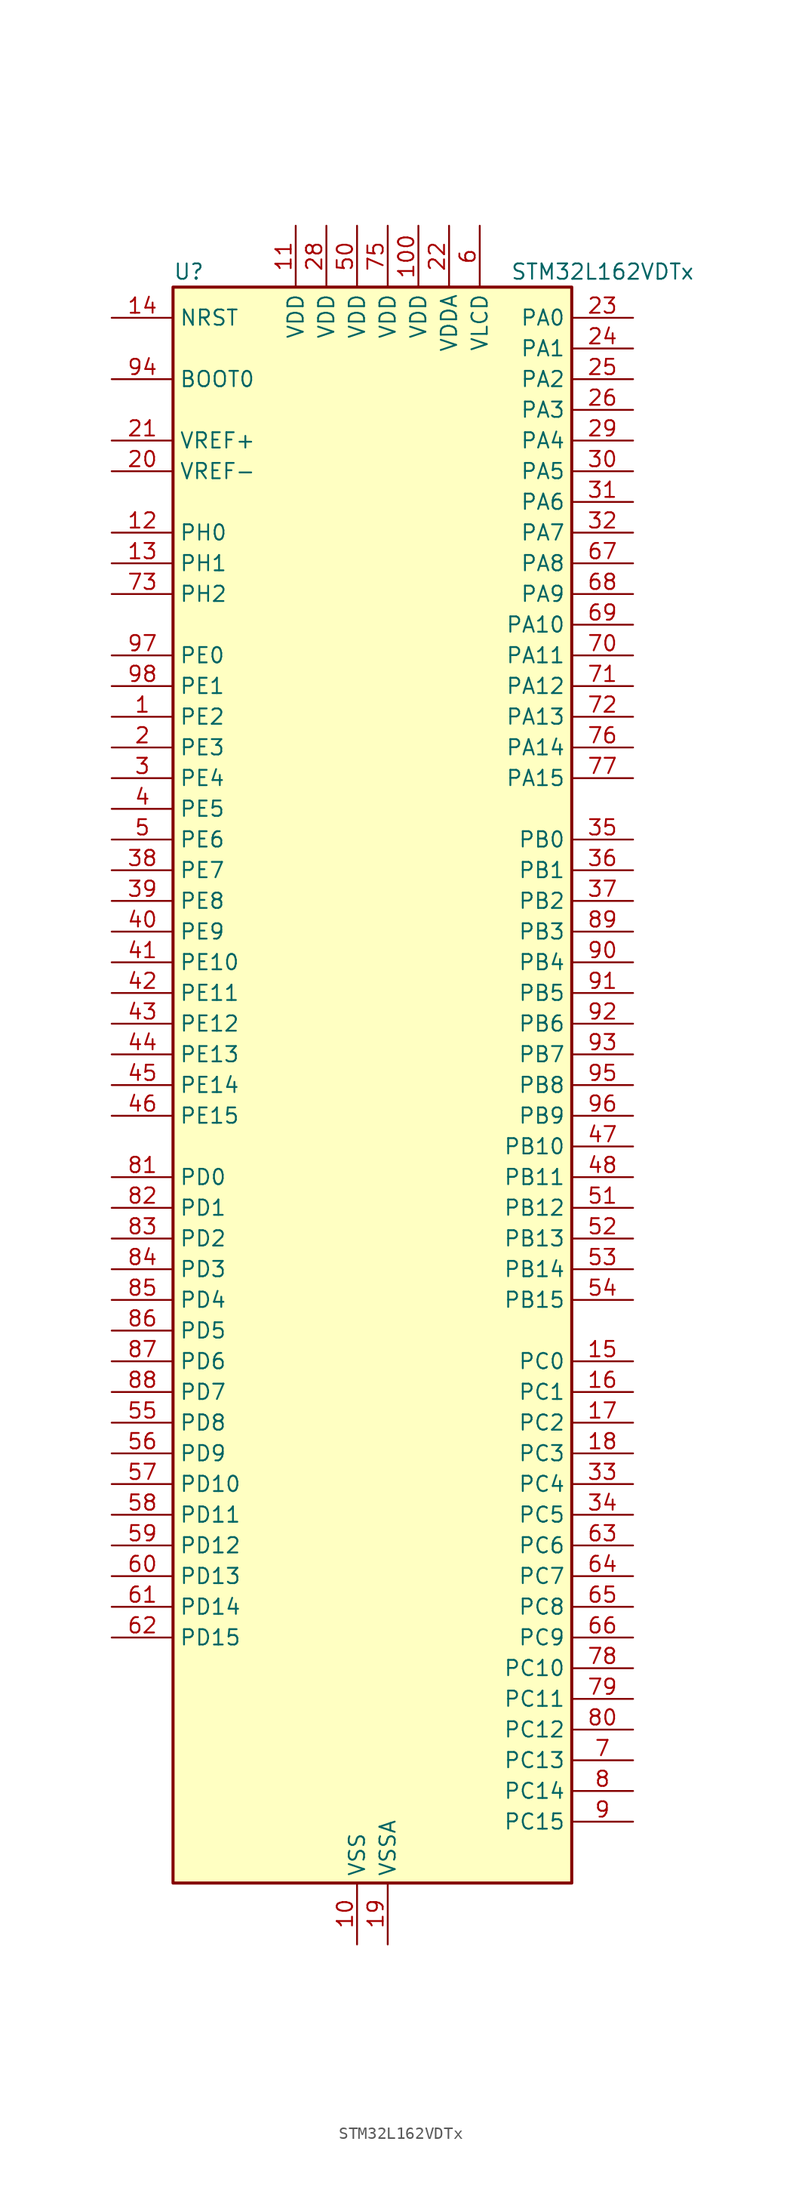
<source format=kicad_sym>
(kicad_symbol_lib
  (version 20220914)
  (generator kicad_symbol_editor)
  (symbol "STM32L162VDTx"
    (property "Reference" "U"
      (at -15.24 67.31 0)
      (effects (font (size 1.27 1.27)) (justify left)))
    (property "Value" "STM32L162VDTx"
      (at 12.7 67.31 0)
      (effects (font (size 1.27 1.27)) (justify left)))
    (property "ki_locked" ""
      (at 0 0 0)
      (effects (font (size 1.27 1.27))))
    (symbol "STM32L162VDTx_0_1"
      (rectangle (start -15.24 -66.04) (end 17.78 66.04) (stroke (width 0.254) (type default)) (fill (type background))))
    (symbol "STM32L162VDTx_1_1"
      (pin bidirectional line (at -20.32 30.48 0) (length 5.08) (name "PE2" (effects (font (size 1.27 1.27)))) (number "1" (effects (font (size 1.27 1.27)))) (alternate "FSMC_A23" bidirectional line) (alternate "LCD_SEG38" bidirectional line) (alternate "SYS_TRACECK" bidirectional line) (alternate "TIM3_ETR" bidirectional line) (alternate "TIMX_IC3" bidirectional line))
      (pin power_in line (at 0 -71.12 90) (length 5.08) (name "VSS" (effects (font (size 1.27 1.27)))) (number "10" (effects (font (size 1.27 1.27)))))
      (pin power_in line (at 5.08 71.12 270) (length 5.08) (name "VDD" (effects (font (size 1.27 1.27)))) (number "100" (effects (font (size 1.27 1.27)))))
      (pin power_in line (at -5.08 71.12 270) (length 5.08) (name "VDD" (effects (font (size 1.27 1.27)))) (number "11" (effects (font (size 1.27 1.27)))))
      (pin bidirectional line (at -20.32 45.72 0) (length 5.08) (name "PH0" (effects (font (size 1.27 1.27)))) (number "12" (effects (font (size 1.27 1.27)))) (alternate "RCC_OSC_IN" bidirectional line))
      (pin bidirectional line (at -20.32 43.18 0) (length 5.08) (name "PH1" (effects (font (size 1.27 1.27)))) (number "13" (effects (font (size 1.27 1.27)))) (alternate "RCC_OSC_OUT" bidirectional line))
      (pin input line (at -20.32 63.5 0) (length 5.08) (name "NRST" (effects (font (size 1.27 1.27)))) (number "14" (effects (font (size 1.27 1.27)))))
      (pin bidirectional line (at 22.86 -22.86 180) (length 5.08) (name "PC0" (effects (font (size 1.27 1.27)))) (number "15" (effects (font (size 1.27 1.27)))) (alternate "ADC_IN10" bidirectional line) (alternate "COMP1_INP" bidirectional line) (alternate "LCD_SEG18" bidirectional line) (alternate "TIMX_IC1" bidirectional line) (alternate "TS_G8_IO1" bidirectional line))
      (pin bidirectional line (at 22.86 -25.4 180) (length 5.08) (name "PC1" (effects (font (size 1.27 1.27)))) (number "16" (effects (font (size 1.27 1.27)))) (alternate "ADC_IN11" bidirectional line) (alternate "COMP1_INP" bidirectional line) (alternate "LCD_SEG19" bidirectional line) (alternate "OPAMP3_VINP" bidirectional line) (alternate "TIMX_IC2" bidirectional line) (alternate "TS_G8_IO2" bidirectional line))
      (pin bidirectional line (at 22.86 -27.94 180) (length 5.08) (name "PC2" (effects (font (size 1.27 1.27)))) (number "17" (effects (font (size 1.27 1.27)))) (alternate "ADC_IN12" bidirectional line) (alternate "COMP1_INP" bidirectional line) (alternate "LCD_SEG20" bidirectional line) (alternate "OPAMP3_VINM" bidirectional line) (alternate "TIMX_IC3" bidirectional line) (alternate "TS_G8_IO3" bidirectional line))
      (pin bidirectional line (at 22.86 -30.48 180) (length 5.08) (name "PC3" (effects (font (size 1.27 1.27)))) (number "18" (effects (font (size 1.27 1.27)))) (alternate "ADC_IN13" bidirectional line) (alternate "COMP1_INP" bidirectional line) (alternate "LCD_SEG21" bidirectional line) (alternate "OPAMP3_VOUT" bidirectional line) (alternate "TIMX_IC4" bidirectional line) (alternate "TS_G8_IO4" bidirectional line))
      (pin power_in line (at 2.54 -71.12 90) (length 5.08) (name "VSSA" (effects (font (size 1.27 1.27)))) (number "19" (effects (font (size 1.27 1.27)))))
      (pin bidirectional line (at -20.32 27.94 0) (length 5.08) (name "PE3" (effects (font (size 1.27 1.27)))) (number "2" (effects (font (size 1.27 1.27)))) (alternate "FSMC_A19" bidirectional line) (alternate "LCD_SEG39" bidirectional line) (alternate "SYS_TRACED0" bidirectional line) (alternate "TIM3_CH1" bidirectional line) (alternate "TIMX_IC4" bidirectional line))
      (pin input line (at -20.32 50.8 0) (length 5.08) (name "VREF-" (effects (font (size 1.27 1.27)))) (number "20" (effects (font (size 1.27 1.27)))))
      (pin input line (at -20.32 53.34 0) (length 5.08) (name "VREF+" (effects (font (size 1.27 1.27)))) (number "21" (effects (font (size 1.27 1.27)))))
      (pin power_in line (at 7.62 71.12 270) (length 5.08) (name "VDDA" (effects (font (size 1.27 1.27)))) (number "22" (effects (font (size 1.27 1.27)))))
      (pin bidirectional line (at 22.86 63.5 180) (length 5.08) (name "PA0" (effects (font (size 1.27 1.27)))) (number "23" (effects (font (size 1.27 1.27)))) (alternate "ADC_IN0" bidirectional line) (alternate "COMP1_INP" bidirectional line) (alternate "RTC_TAMP2" bidirectional line) (alternate "SYS_WKUP1" bidirectional line) (alternate "TIM2_CH1" bidirectional line) (alternate "TIM2_ETR" bidirectional line) (alternate "TIM5_CH1" bidirectional line) (alternate "TIMX_IC1" bidirectional line) (alternate "TS_G1_IO1" bidirectional line) (alternate "USART2_CTS" bidirectional line))
      (pin bidirectional line (at 22.86 60.96 180) (length 5.08) (name "PA1" (effects (font (size 1.27 1.27)))) (number "24" (effects (font (size 1.27 1.27)))) (alternate "ADC_IN1" bidirectional line) (alternate "COMP1_INP" bidirectional line) (alternate "LCD_SEG0" bidirectional line) (alternate "OPAMP1_VINP" bidirectional line) (alternate "TIM2_CH2" bidirectional line) (alternate "TIM5_CH2" bidirectional line) (alternate "TIMX_IC2" bidirectional line) (alternate "TS_G1_IO2" bidirectional line) (alternate "USART2_RTS" bidirectional line))
      (pin bidirectional line (at 22.86 58.42 180) (length 5.08) (name "PA2" (effects (font (size 1.27 1.27)))) (number "25" (effects (font (size 1.27 1.27)))) (alternate "ADC_IN2" bidirectional line) (alternate "COMP1_INP" bidirectional line) (alternate "LCD_SEG1" bidirectional line) (alternate "OPAMP1_VINM" bidirectional line) (alternate "TIM2_CH3" bidirectional line) (alternate "TIM5_CH3" bidirectional line) (alternate "TIM9_CH1" bidirectional line) (alternate "TIMX_IC3" bidirectional line) (alternate "TS_G1_IO3" bidirectional line) (alternate "USART2_TX" bidirectional line))
      (pin bidirectional line (at 22.86 55.88 180) (length 5.08) (name "PA3" (effects (font (size 1.27 1.27)))) (number "26" (effects (font (size 1.27 1.27)))) (alternate "ADC_IN3" bidirectional line) (alternate "COMP1_INP" bidirectional line) (alternate "LCD_SEG2" bidirectional line) (alternate "OPAMP1_VOUT" bidirectional line) (alternate "TIM2_CH4" bidirectional line) (alternate "TIM5_CH4" bidirectional line) (alternate "TIM9_CH2" bidirectional line) (alternate "TIMX_IC4" bidirectional line) (alternate "TS_G1_IO4" bidirectional line) (alternate "USART2_RX" bidirectional line))
      (pin passive line (at 0 -71.12 90) (length 5.08) hide (name "VSS" (effects (font (size 1.27 1.27)))) (number "27" (effects (font (size 1.27 1.27)))))
      (pin power_in line (at -2.54 71.12 270) (length 5.08) (name "VDD" (effects (font (size 1.27 1.27)))) (number "28" (effects (font (size 1.27 1.27)))))
      (pin bidirectional line (at 22.86 53.34 180) (length 5.08) (name "PA4" (effects (font (size 1.27 1.27)))) (number "29" (effects (font (size 1.27 1.27)))) (alternate "ADC_IN4" bidirectional line) (alternate "COMP1_INP" bidirectional line) (alternate "DAC_OUT1" bidirectional line) (alternate "I2S3_WS" bidirectional line) (alternate "SPI1_NSS" bidirectional line) (alternate "SPI3_NSS" bidirectional line) (alternate "TIMX_IC1" bidirectional line) (alternate "USART2_CK" bidirectional line))
      (pin bidirectional line (at -20.32 25.4 0) (length 5.08) (name "PE4" (effects (font (size 1.27 1.27)))) (number "3" (effects (font (size 1.27 1.27)))) (alternate "FSMC_A20" bidirectional line) (alternate "SYS_TRACED1" bidirectional line) (alternate "TIM3_CH2" bidirectional line) (alternate "TIMX_IC1" bidirectional line))
      (pin bidirectional line (at 22.86 50.8 180) (length 5.08) (name "PA5" (effects (font (size 1.27 1.27)))) (number "30" (effects (font (size 1.27 1.27)))) (alternate "ADC_IN5" bidirectional line) (alternate "COMP1_INP" bidirectional line) (alternate "DAC_OUT2" bidirectional line) (alternate "SPI1_SCK" bidirectional line) (alternate "TIM2_CH1" bidirectional line) (alternate "TIM2_ETR" bidirectional line) (alternate "TIMX_IC2" bidirectional line))
      (pin bidirectional line (at 22.86 48.26 180) (length 5.08) (name "PA6" (effects (font (size 1.27 1.27)))) (number "31" (effects (font (size 1.27 1.27)))) (alternate "ADC_IN6" bidirectional line) (alternate "COMP1_INP" bidirectional line) (alternate "LCD_SEG3" bidirectional line) (alternate "OPAMP2_VINP" bidirectional line) (alternate "SPI1_MISO" bidirectional line) (alternate "TIM10_CH1" bidirectional line) (alternate "TIM3_CH1" bidirectional line) (alternate "TIMX_IC3" bidirectional line) (alternate "TS_G2_IO1" bidirectional line))
      (pin bidirectional line (at 22.86 45.72 180) (length 5.08) (name "PA7" (effects (font (size 1.27 1.27)))) (number "32" (effects (font (size 1.27 1.27)))) (alternate "ADC_IN7" bidirectional line) (alternate "COMP1_INP" bidirectional line) (alternate "LCD_SEG4" bidirectional line) (alternate "OPAMP2_VINM" bidirectional line) (alternate "SPI1_MOSI" bidirectional line) (alternate "TIM11_CH1" bidirectional line) (alternate "TIM3_CH2" bidirectional line) (alternate "TIMX_IC4" bidirectional line) (alternate "TS_G2_IO2" bidirectional line))
      (pin bidirectional line (at 22.86 -33.02 180) (length 5.08) (name "PC4" (effects (font (size 1.27 1.27)))) (number "33" (effects (font (size 1.27 1.27)))) (alternate "ADC_IN14" bidirectional line) (alternate "COMP1_INP" bidirectional line) (alternate "LCD_SEG22" bidirectional line) (alternate "TIMX_IC1" bidirectional line) (alternate "TS_G9_IO1" bidirectional line))
      (pin bidirectional line (at 22.86 -35.56 180) (length 5.08) (name "PC5" (effects (font (size 1.27 1.27)))) (number "34" (effects (font (size 1.27 1.27)))) (alternate "ADC_IN15" bidirectional line) (alternate "COMP1_INP" bidirectional line) (alternate "LCD_SEG23" bidirectional line) (alternate "TIMX_IC2" bidirectional line) (alternate "TS_G9_IO2" bidirectional line))
      (pin bidirectional line (at 22.86 20.32 180) (length 5.08) (name "PB0" (effects (font (size 1.27 1.27)))) (number "35" (effects (font (size 1.27 1.27)))) (alternate "ADC_IN8" bidirectional line) (alternate "COMP1_INP" bidirectional line) (alternate "LCD_SEG5" bidirectional line) (alternate "OPAMP2_VOUT" bidirectional line) (alternate "SYS_V_REF_OUT" bidirectional line) (alternate "TIM3_CH3" bidirectional line) (alternate "TS_G3_IO1" bidirectional line))
      (pin bidirectional line (at 22.86 17.78 180) (length 5.08) (name "PB1" (effects (font (size 1.27 1.27)))) (number "36" (effects (font (size 1.27 1.27)))) (alternate "ADC_IN9" bidirectional line) (alternate "COMP1_INP" bidirectional line) (alternate "LCD_SEG6" bidirectional line) (alternate "SYS_V_REF_OUT" bidirectional line) (alternate "TIM3_CH4" bidirectional line) (alternate "TS_G3_IO2" bidirectional line))
      (pin bidirectional line (at 22.86 15.24 180) (length 5.08) (name "PB2" (effects (font (size 1.27 1.27)))) (number "37" (effects (font (size 1.27 1.27)))) (alternate "TS_G3_IO3" bidirectional line))
      (pin bidirectional line (at -20.32 17.78 0) (length 5.08) (name "PE7" (effects (font (size 1.27 1.27)))) (number "38" (effects (font (size 1.27 1.27)))) (alternate "ADC_IN22" bidirectional line) (alternate "COMP1_INP" bidirectional line) (alternate "FSMC_D4" bidirectional line) (alternate "FSMC_DA4" bidirectional line) (alternate "TIMX_IC4" bidirectional line))
      (pin bidirectional line (at -20.32 15.24 0) (length 5.08) (name "PE8" (effects (font (size 1.27 1.27)))) (number "39" (effects (font (size 1.27 1.27)))) (alternate "ADC_IN23" bidirectional line) (alternate "COMP1_INP" bidirectional line) (alternate "FSMC_D5" bidirectional line) (alternate "FSMC_DA5" bidirectional line) (alternate "TIMX_IC1" bidirectional line))
      (pin bidirectional line (at -20.32 22.86 0) (length 5.08) (name "PE5" (effects (font (size 1.27 1.27)))) (number "4" (effects (font (size 1.27 1.27)))) (alternate "FSMC_A21" bidirectional line) (alternate "SYS_TRACED2" bidirectional line) (alternate "TIM9_CH1" bidirectional line) (alternate "TIMX_IC2" bidirectional line))
      (pin bidirectional line (at -20.32 12.7 0) (length 5.08) (name "PE9" (effects (font (size 1.27 1.27)))) (number "40" (effects (font (size 1.27 1.27)))) (alternate "ADC_IN24" bidirectional line) (alternate "COMP1_INP" bidirectional line) (alternate "DAC_EXTI9" bidirectional line) (alternate "FSMC_D6" bidirectional line) (alternate "FSMC_DA6" bidirectional line) (alternate "TIM2_CH1" bidirectional line) (alternate "TIM2_ETR" bidirectional line) (alternate "TIMX_IC2" bidirectional line))
      (pin bidirectional line (at -20.32 10.16 0) (length 5.08) (name "PE10" (effects (font (size 1.27 1.27)))) (number "41" (effects (font (size 1.27 1.27)))) (alternate "ADC_IN25" bidirectional line) (alternate "COMP1_INP" bidirectional line) (alternate "FSMC_D7" bidirectional line) (alternate "FSMC_DA7" bidirectional line) (alternate "TIM2_CH2" bidirectional line) (alternate "TIMX_IC3" bidirectional line))
      (pin bidirectional line (at -20.32 7.62 0) (length 5.08) (name "PE11" (effects (font (size 1.27 1.27)))) (number "42" (effects (font (size 1.27 1.27)))) (alternate "ADC_EXTI11" bidirectional line) (alternate "FSMC_D8" bidirectional line) (alternate "FSMC_DA8" bidirectional line) (alternate "TIM2_CH3" bidirectional line) (alternate "TIMX_IC4" bidirectional line))
      (pin bidirectional line (at -20.32 5.08 0) (length 5.08) (name "PE12" (effects (font (size 1.27 1.27)))) (number "43" (effects (font (size 1.27 1.27)))) (alternate "FSMC_D9" bidirectional line) (alternate "FSMC_DA9" bidirectional line) (alternate "SPI1_NSS" bidirectional line) (alternate "TIM2_CH4" bidirectional line) (alternate "TIMX_IC1" bidirectional line))
      (pin bidirectional line (at -20.32 2.54 0) (length 5.08) (name "PE13" (effects (font (size 1.27 1.27)))) (number "44" (effects (font (size 1.27 1.27)))) (alternate "FSMC_D10" bidirectional line) (alternate "FSMC_DA10" bidirectional line) (alternate "SPI1_SCK" bidirectional line) (alternate "TIMX_IC2" bidirectional line))
      (pin bidirectional line (at -20.32 0 0) (length 5.08) (name "PE14" (effects (font (size 1.27 1.27)))) (number "45" (effects (font (size 1.27 1.27)))) (alternate "FSMC_D11" bidirectional line) (alternate "FSMC_DA11" bidirectional line) (alternate "SPI1_MISO" bidirectional line) (alternate "TIMX_IC3" bidirectional line))
      (pin bidirectional line (at -20.32 -2.54 0) (length 5.08) (name "PE15" (effects (font (size 1.27 1.27)))) (number "46" (effects (font (size 1.27 1.27)))) (alternate "ADC_EXTI15" bidirectional line) (alternate "FSMC_D12" bidirectional line) (alternate "FSMC_DA12" bidirectional line) (alternate "SPI1_MOSI" bidirectional line) (alternate "TIMX_IC4" bidirectional line))
      (pin bidirectional line (at 22.86 -5.08 180) (length 5.08) (name "PB10" (effects (font (size 1.27 1.27)))) (number "47" (effects (font (size 1.27 1.27)))) (alternate "I2C2_SCL" bidirectional line) (alternate "LCD_SEG10" bidirectional line) (alternate "TIM2_CH3" bidirectional line) (alternate "USART3_TX" bidirectional line))
      (pin bidirectional line (at 22.86 -7.62 180) (length 5.08) (name "PB11" (effects (font (size 1.27 1.27)))) (number "48" (effects (font (size 1.27 1.27)))) (alternate "ADC_EXTI11" bidirectional line) (alternate "I2C2_SDA" bidirectional line) (alternate "LCD_SEG11" bidirectional line) (alternate "TIM2_CH4" bidirectional line) (alternate "USART3_RX" bidirectional line))
      (pin passive line (at 0 -71.12 90) (length 5.08) hide (name "VSS" (effects (font (size 1.27 1.27)))) (number "49" (effects (font (size 1.27 1.27)))))
      (pin bidirectional line (at -20.32 20.32 0) (length 5.08) (name "PE6" (effects (font (size 1.27 1.27)))) (number "5" (effects (font (size 1.27 1.27)))) (alternate "RTC_TAMP3" bidirectional line) (alternate "SYS_TRACED3" bidirectional line) (alternate "SYS_WKUP3" bidirectional line) (alternate "TIM9_CH2" bidirectional line) (alternate "TIMX_IC3" bidirectional line))
      (pin power_in line (at 0 71.12 270) (length 5.08) (name "VDD" (effects (font (size 1.27 1.27)))) (number "50" (effects (font (size 1.27 1.27)))))
      (pin bidirectional line (at 22.86 -10.16 180) (length 5.08) (name "PB12" (effects (font (size 1.27 1.27)))) (number "51" (effects (font (size 1.27 1.27)))) (alternate "ADC_IN18" bidirectional line) (alternate "COMP1_INP" bidirectional line) (alternate "I2C2_SMBA" bidirectional line) (alternate "I2S2_WS" bidirectional line) (alternate "LCD_SEG12" bidirectional line) (alternate "SPI2_NSS" bidirectional line) (alternate "TIM10_CH1" bidirectional line) (alternate "TS_G7_IO1" bidirectional line) (alternate "USART3_CK" bidirectional line))
      (pin bidirectional line (at 22.86 -12.7 180) (length 5.08) (name "PB13" (effects (font (size 1.27 1.27)))) (number "52" (effects (font (size 1.27 1.27)))) (alternate "ADC_IN19" bidirectional line) (alternate "COMP1_INP" bidirectional line) (alternate "I2S2_CK" bidirectional line) (alternate "LCD_SEG13" bidirectional line) (alternate "SPI2_SCK" bidirectional line) (alternate "TIM9_CH1" bidirectional line) (alternate "TS_G7_IO2" bidirectional line) (alternate "USART3_CTS" bidirectional line))
      (pin bidirectional line (at 22.86 -15.24 180) (length 5.08) (name "PB14" (effects (font (size 1.27 1.27)))) (number "53" (effects (font (size 1.27 1.27)))) (alternate "ADC_IN20" bidirectional line) (alternate "COMP1_INP" bidirectional line) (alternate "LCD_SEG14" bidirectional line) (alternate "SPI2_MISO" bidirectional line) (alternate "TIM9_CH2" bidirectional line) (alternate "TS_G7_IO3" bidirectional line) (alternate "USART3_RTS" bidirectional line))
      (pin bidirectional line (at 22.86 -17.78 180) (length 5.08) (name "PB15" (effects (font (size 1.27 1.27)))) (number "54" (effects (font (size 1.27 1.27)))) (alternate "ADC_EXTI15" bidirectional line) (alternate "ADC_IN21" bidirectional line) (alternate "COMP1_INP" bidirectional line) (alternate "I2S2_SD" bidirectional line) (alternate "LCD_SEG15" bidirectional line) (alternate "RTC_REFIN" bidirectional line) (alternate "SPI2_MOSI" bidirectional line) (alternate "TIM11_CH1" bidirectional line) (alternate "TS_G7_IO4" bidirectional line))
      (pin bidirectional line (at -20.32 -27.94 0) (length 5.08) (name "PD8" (effects (font (size 1.27 1.27)))) (number "55" (effects (font (size 1.27 1.27)))) (alternate "FSMC_D13" bidirectional line) (alternate "FSMC_DA13" bidirectional line) (alternate "LCD_SEG28" bidirectional line) (alternate "TIMX_IC1" bidirectional line) (alternate "USART3_TX" bidirectional line))
      (pin bidirectional line (at -20.32 -30.48 0) (length 5.08) (name "PD9" (effects (font (size 1.27 1.27)))) (number "56" (effects (font (size 1.27 1.27)))) (alternate "DAC_EXTI9" bidirectional line) (alternate "FSMC_D14" bidirectional line) (alternate "FSMC_DA14" bidirectional line) (alternate "LCD_SEG29" bidirectional line) (alternate "TIMX_IC2" bidirectional line) (alternate "USART3_RX" bidirectional line))
      (pin bidirectional line (at -20.32 -33.02 0) (length 5.08) (name "PD10" (effects (font (size 1.27 1.27)))) (number "57" (effects (font (size 1.27 1.27)))) (alternate "FSMC_D15" bidirectional line) (alternate "FSMC_DA15" bidirectional line) (alternate "LCD_SEG30" bidirectional line) (alternate "TIMX_IC3" bidirectional line) (alternate "USART3_CK" bidirectional line))
      (pin bidirectional line (at -20.32 -35.56 0) (length 5.08) (name "PD11" (effects (font (size 1.27 1.27)))) (number "58" (effects (font (size 1.27 1.27)))) (alternate "ADC_EXTI11" bidirectional line) (alternate "FSMC_A16" bidirectional line) (alternate "LCD_SEG31" bidirectional line) (alternate "TIMX_IC4" bidirectional line) (alternate "USART3_CTS" bidirectional line))
      (pin bidirectional line (at -20.32 -38.1 0) (length 5.08) (name "PD12" (effects (font (size 1.27 1.27)))) (number "59" (effects (font (size 1.27 1.27)))) (alternate "FSMC_A17" bidirectional line) (alternate "LCD_SEG32" bidirectional line) (alternate "TIM4_CH1" bidirectional line) (alternate "TIMX_IC1" bidirectional line) (alternate "USART3_RTS" bidirectional line))
      (pin power_in line (at 10.16 71.12 270) (length 5.08) (name "VLCD" (effects (font (size 1.27 1.27)))) (number "6" (effects (font (size 1.27 1.27)))))
      (pin bidirectional line (at -20.32 -40.64 0) (length 5.08) (name "PD13" (effects (font (size 1.27 1.27)))) (number "60" (effects (font (size 1.27 1.27)))) (alternate "FSMC_A18" bidirectional line) (alternate "LCD_SEG33" bidirectional line) (alternate "TIM4_CH2" bidirectional line) (alternate "TIMX_IC2" bidirectional line))
      (pin bidirectional line (at -20.32 -43.18 0) (length 5.08) (name "PD14" (effects (font (size 1.27 1.27)))) (number "61" (effects (font (size 1.27 1.27)))) (alternate "FSMC_D0" bidirectional line) (alternate "FSMC_DA0" bidirectional line) (alternate "LCD_SEG34" bidirectional line) (alternate "TIM4_CH3" bidirectional line) (alternate "TIMX_IC3" bidirectional line))
      (pin bidirectional line (at -20.32 -45.72 0) (length 5.08) (name "PD15" (effects (font (size 1.27 1.27)))) (number "62" (effects (font (size 1.27 1.27)))) (alternate "ADC_EXTI15" bidirectional line) (alternate "FSMC_D1" bidirectional line) (alternate "FSMC_DA1" bidirectional line) (alternate "LCD_SEG35" bidirectional line) (alternate "TIM4_CH4" bidirectional line) (alternate "TIMX_IC4" bidirectional line))
      (pin bidirectional line (at 22.86 -38.1 180) (length 5.08) (name "PC6" (effects (font (size 1.27 1.27)))) (number "63" (effects (font (size 1.27 1.27)))) (alternate "I2S2_MCK" bidirectional line) (alternate "LCD_SEG24" bidirectional line) (alternate "SDIO_D6" bidirectional line) (alternate "TIM3_CH1" bidirectional line) (alternate "TIMX_IC3" bidirectional line) (alternate "TS_G10_IO1" bidirectional line))
      (pin bidirectional line (at 22.86 -40.64 180) (length 5.08) (name "PC7" (effects (font (size 1.27 1.27)))) (number "64" (effects (font (size 1.27 1.27)))) (alternate "I2S3_MCK" bidirectional line) (alternate "LCD_SEG25" bidirectional line) (alternate "SDIO_D7" bidirectional line) (alternate "TIM3_CH2" bidirectional line) (alternate "TIMX_IC4" bidirectional line) (alternate "TS_G10_IO2" bidirectional line))
      (pin bidirectional line (at 22.86 -43.18 180) (length 5.08) (name "PC8" (effects (font (size 1.27 1.27)))) (number "65" (effects (font (size 1.27 1.27)))) (alternate "LCD_SEG26" bidirectional line) (alternate "SDIO_D0" bidirectional line) (alternate "TIM3_CH3" bidirectional line) (alternate "TIMX_IC1" bidirectional line) (alternate "TS_G10_IO3" bidirectional line))
      (pin bidirectional line (at 22.86 -45.72 180) (length 5.08) (name "PC9" (effects (font (size 1.27 1.27)))) (number "66" (effects (font (size 1.27 1.27)))) (alternate "DAC_EXTI9" bidirectional line) (alternate "LCD_SEG27" bidirectional line) (alternate "SDIO_D1" bidirectional line) (alternate "TIM3_CH4" bidirectional line) (alternate "TIMX_IC2" bidirectional line) (alternate "TS_G10_IO4" bidirectional line))
      (pin bidirectional line (at 22.86 43.18 180) (length 5.08) (name "PA8" (effects (font (size 1.27 1.27)))) (number "67" (effects (font (size 1.27 1.27)))) (alternate "LCD_COM0" bidirectional line) (alternate "RCC_MCO" bidirectional line) (alternate "TIMX_IC1" bidirectional line) (alternate "TS_G4_IO1" bidirectional line) (alternate "USART1_CK" bidirectional line))
      (pin bidirectional line (at 22.86 40.64 180) (length 5.08) (name "PA9" (effects (font (size 1.27 1.27)))) (number "68" (effects (font (size 1.27 1.27)))) (alternate "DAC_EXTI9" bidirectional line) (alternate "LCD_COM1" bidirectional line) (alternate "TIMX_IC2" bidirectional line) (alternate "TS_G4_IO2" bidirectional line) (alternate "USART1_TX" bidirectional line))
      (pin bidirectional line (at 22.86 38.1 180) (length 5.08) (name "PA10" (effects (font (size 1.27 1.27)))) (number "69" (effects (font (size 1.27 1.27)))) (alternate "LCD_COM2" bidirectional line) (alternate "TIMX_IC3" bidirectional line) (alternate "TS_G4_IO3" bidirectional line) (alternate "USART1_RX" bidirectional line))
      (pin bidirectional line (at 22.86 -55.88 180) (length 5.08) (name "PC13" (effects (font (size 1.27 1.27)))) (number "7" (effects (font (size 1.27 1.27)))) (alternate "RTC_OUT_ALARM" bidirectional line) (alternate "RTC_OUT_CALIB" bidirectional line) (alternate "RTC_TAMP1" bidirectional line) (alternate "RTC_TS" bidirectional line) (alternate "SYS_WKUP2" bidirectional line) (alternate "TIMX_IC2" bidirectional line))
      (pin bidirectional line (at 22.86 35.56 180) (length 5.08) (name "PA11" (effects (font (size 1.27 1.27)))) (number "70" (effects (font (size 1.27 1.27)))) (alternate "ADC_EXTI11" bidirectional line) (alternate "SPI1_MISO" bidirectional line) (alternate "TIMX_IC4" bidirectional line) (alternate "USART1_CTS" bidirectional line) (alternate "USB_DM" bidirectional line))
      (pin bidirectional line (at 22.86 33.02 180) (length 5.08) (name "PA12" (effects (font (size 1.27 1.27)))) (number "71" (effects (font (size 1.27 1.27)))) (alternate "SPI1_MOSI" bidirectional line) (alternate "TIMX_IC1" bidirectional line) (alternate "USART1_RTS" bidirectional line) (alternate "USB_DP" bidirectional line))
      (pin bidirectional line (at 22.86 30.48 180) (length 5.08) (name "PA13" (effects (font (size 1.27 1.27)))) (number "72" (effects (font (size 1.27 1.27)))) (alternate "SYS_JTMS-SWDIO" bidirectional line) (alternate "TIMX_IC2" bidirectional line) (alternate "TS_G5_IO1" bidirectional line))
      (pin bidirectional line (at -20.32 40.64 0) (length 5.08) (name "PH2" (effects (font (size 1.27 1.27)))) (number "73" (effects (font (size 1.27 1.27)))) (alternate "FSMC_A22" bidirectional line))
      (pin passive line (at 0 -71.12 90) (length 5.08) hide (name "VSS" (effects (font (size 1.27 1.27)))) (number "74" (effects (font (size 1.27 1.27)))))
      (pin power_in line (at 2.54 71.12 270) (length 5.08) (name "VDD" (effects (font (size 1.27 1.27)))) (number "75" (effects (font (size 1.27 1.27)))))
      (pin bidirectional line (at 22.86 27.94 180) (length 5.08) (name "PA14" (effects (font (size 1.27 1.27)))) (number "76" (effects (font (size 1.27 1.27)))) (alternate "SYS_JTCK-SWCLK" bidirectional line) (alternate "TIMX_IC3" bidirectional line) (alternate "TS_G5_IO2" bidirectional line))
      (pin bidirectional line (at 22.86 25.4 180) (length 5.08) (name "PA15" (effects (font (size 1.27 1.27)))) (number "77" (effects (font (size 1.27 1.27)))) (alternate "ADC_EXTI15" bidirectional line) (alternate "I2S3_WS" bidirectional line) (alternate "LCD_SEG17" bidirectional line) (alternate "SPI1_NSS" bidirectional line) (alternate "SPI3_NSS" bidirectional line) (alternate "SYS_JTDI" bidirectional line) (alternate "TIM2_CH1" bidirectional line) (alternate "TIM2_ETR" bidirectional line) (alternate "TIMX_IC4" bidirectional line) (alternate "TS_G5_IO3" bidirectional line))
      (pin bidirectional line (at 22.86 -48.26 180) (length 5.08) (name "PC10" (effects (font (size 1.27 1.27)))) (number "78" (effects (font (size 1.27 1.27)))) (alternate "I2S3_CK" bidirectional line) (alternate "LCD_COM4" bidirectional line) (alternate "LCD_SEG28" bidirectional line) (alternate "LCD_SEG40" bidirectional line) (alternate "SDIO_D2" bidirectional line) (alternate "SPI3_SCK" bidirectional line) (alternate "TIMX_IC3" bidirectional line) (alternate "UART4_TX" bidirectional line) (alternate "USART3_TX" bidirectional line))
      (pin bidirectional line (at 22.86 -50.8 180) (length 5.08) (name "PC11" (effects (font (size 1.27 1.27)))) (number "79" (effects (font (size 1.27 1.27)))) (alternate "ADC_EXTI11" bidirectional line) (alternate "LCD_COM5" bidirectional line) (alternate "LCD_SEG29" bidirectional line) (alternate "LCD_SEG41" bidirectional line) (alternate "SDIO_D3" bidirectional line) (alternate "SPI3_MISO" bidirectional line) (alternate "TIMX_IC4" bidirectional line) (alternate "UART4_RX" bidirectional line) (alternate "USART3_RX" bidirectional line))
      (pin bidirectional line (at 22.86 -58.42 180) (length 5.08) (name "PC14" (effects (font (size 1.27 1.27)))) (number "8" (effects (font (size 1.27 1.27)))) (alternate "RCC_OSC32_IN" bidirectional line) (alternate "TIMX_IC3" bidirectional line))
      (pin bidirectional line (at 22.86 -53.34 180) (length 5.08) (name "PC12" (effects (font (size 1.27 1.27)))) (number "80" (effects (font (size 1.27 1.27)))) (alternate "I2S3_SD" bidirectional line) (alternate "LCD_COM6" bidirectional line) (alternate "LCD_SEG30" bidirectional line) (alternate "LCD_SEG42" bidirectional line) (alternate "SDIO_CK" bidirectional line) (alternate "SPI3_MOSI" bidirectional line) (alternate "TIMX_IC1" bidirectional line) (alternate "UART5_TX" bidirectional line) (alternate "USART3_CK" bidirectional line))
      (pin bidirectional line (at -20.32 -7.62 0) (length 5.08) (name "PD0" (effects (font (size 1.27 1.27)))) (number "81" (effects (font (size 1.27 1.27)))) (alternate "FSMC_D2" bidirectional line) (alternate "FSMC_DA2" bidirectional line) (alternate "I2S2_WS" bidirectional line) (alternate "SPI2_NSS" bidirectional line) (alternate "TIM9_CH1" bidirectional line) (alternate "TIMX_IC1" bidirectional line))
      (pin bidirectional line (at -20.32 -10.16 0) (length 5.08) (name "PD1" (effects (font (size 1.27 1.27)))) (number "82" (effects (font (size 1.27 1.27)))) (alternate "FSMC_D3" bidirectional line) (alternate "FSMC_DA3" bidirectional line) (alternate "I2S2_CK" bidirectional line) (alternate "SPI2_SCK" bidirectional line) (alternate "TIMX_IC2" bidirectional line))
      (pin bidirectional line (at -20.32 -12.7 0) (length 5.08) (name "PD2" (effects (font (size 1.27 1.27)))) (number "83" (effects (font (size 1.27 1.27)))) (alternate "LCD_COM7" bidirectional line) (alternate "LCD_SEG31" bidirectional line) (alternate "LCD_SEG43" bidirectional line) (alternate "SDIO_CMD" bidirectional line) (alternate "TIM3_ETR" bidirectional line) (alternate "TIMX_IC3" bidirectional line) (alternate "UART5_RX" bidirectional line))
      (pin bidirectional line (at -20.32 -15.24 0) (length 5.08) (name "PD3" (effects (font (size 1.27 1.27)))) (number "84" (effects (font (size 1.27 1.27)))) (alternate "FSMC_CLK" bidirectional line) (alternate "SPI2_MISO" bidirectional line) (alternate "TIMX_IC4" bidirectional line) (alternate "USART2_CTS" bidirectional line))
      (pin bidirectional line (at -20.32 -17.78 0) (length 5.08) (name "PD4" (effects (font (size 1.27 1.27)))) (number "85" (effects (font (size 1.27 1.27)))) (alternate "FSMC_NOE" bidirectional line) (alternate "I2S2_SD" bidirectional line) (alternate "SPI2_MOSI" bidirectional line) (alternate "TIMX_IC1" bidirectional line) (alternate "USART2_RTS" bidirectional line))
      (pin bidirectional line (at -20.32 -20.32 0) (length 5.08) (name "PD5" (effects (font (size 1.27 1.27)))) (number "86" (effects (font (size 1.27 1.27)))) (alternate "FSMC_NWE" bidirectional line) (alternate "TIMX_IC2" bidirectional line) (alternate "USART2_TX" bidirectional line))
      (pin bidirectional line (at -20.32 -22.86 0) (length 5.08) (name "PD6" (effects (font (size 1.27 1.27)))) (number "87" (effects (font (size 1.27 1.27)))) (alternate "FSMC_NWAIT" bidirectional line) (alternate "TIMX_IC3" bidirectional line) (alternate "USART2_RX" bidirectional line))
      (pin bidirectional line (at -20.32 -25.4 0) (length 5.08) (name "PD7" (effects (font (size 1.27 1.27)))) (number "88" (effects (font (size 1.27 1.27)))) (alternate "FSMC_NE1" bidirectional line) (alternate "TIM9_CH2" bidirectional line) (alternate "TIMX_IC4" bidirectional line) (alternate "USART2_CK" bidirectional line))
      (pin bidirectional line (at 22.86 12.7 180) (length 5.08) (name "PB3" (effects (font (size 1.27 1.27)))) (number "89" (effects (font (size 1.27 1.27)))) (alternate "COMP2_INM" bidirectional line) (alternate "I2S3_CK" bidirectional line) (alternate "LCD_SEG7" bidirectional line) (alternate "SPI1_SCK" bidirectional line) (alternate "SPI3_SCK" bidirectional line) (alternate "SYS_JTDO-TRACESWO" bidirectional line) (alternate "TIM2_CH2" bidirectional line))
      (pin bidirectional line (at 22.86 -60.96 180) (length 5.08) (name "PC15" (effects (font (size 1.27 1.27)))) (number "9" (effects (font (size 1.27 1.27)))) (alternate "ADC_EXTI15" bidirectional line) (alternate "RCC_OSC32_OUT" bidirectional line) (alternate "TIMX_IC4" bidirectional line))
      (pin bidirectional line (at 22.86 10.16 180) (length 5.08) (name "PB4" (effects (font (size 1.27 1.27)))) (number "90" (effects (font (size 1.27 1.27)))) (alternate "COMP2_INP" bidirectional line) (alternate "LCD_SEG8" bidirectional line) (alternate "SPI1_MISO" bidirectional line) (alternate "SPI3_MISO" bidirectional line) (alternate "SYS_JTRST" bidirectional line) (alternate "TIM3_CH1" bidirectional line) (alternate "TS_G6_IO1" bidirectional line))
      (pin bidirectional line (at 22.86 7.62 180) (length 5.08) (name "PB5" (effects (font (size 1.27 1.27)))) (number "91" (effects (font (size 1.27 1.27)))) (alternate "COMP2_INP" bidirectional line) (alternate "I2C1_SMBA" bidirectional line) (alternate "I2S3_SD" bidirectional line) (alternate "LCD_SEG9" bidirectional line) (alternate "SPI1_MOSI" bidirectional line) (alternate "SPI3_MOSI" bidirectional line) (alternate "TIM3_CH2" bidirectional line) (alternate "TS_G6_IO2" bidirectional line))
      (pin bidirectional line (at 22.86 5.08 180) (length 5.08) (name "PB6" (effects (font (size 1.27 1.27)))) (number "92" (effects (font (size 1.27 1.27)))) (alternate "COMP2_INP" bidirectional line) (alternate "I2C1_SCL" bidirectional line) (alternate "TIM4_CH1" bidirectional line) (alternate "TS_G6_IO3" bidirectional line) (alternate "USART1_TX" bidirectional line))
      (pin bidirectional line (at 22.86 2.54 180) (length 5.08) (name "PB7" (effects (font (size 1.27 1.27)))) (number "93" (effects (font (size 1.27 1.27)))) (alternate "COMP2_INP" bidirectional line) (alternate "FSMC_NL" bidirectional line) (alternate "I2C1_SDA" bidirectional line) (alternate "SYS_PVD_IN" bidirectional line) (alternate "TIM4_CH2" bidirectional line) (alternate "TS_G6_IO4" bidirectional line) (alternate "USART1_RX" bidirectional line))
      (pin input line (at -20.32 58.42 0) (length 5.08) (name "BOOT0" (effects (font (size 1.27 1.27)))) (number "94" (effects (font (size 1.27 1.27)))))
      (pin bidirectional line (at 22.86 0 180) (length 5.08) (name "PB8" (effects (font (size 1.27 1.27)))) (number "95" (effects (font (size 1.27 1.27)))) (alternate "I2C1_SCL" bidirectional line) (alternate "LCD_SEG16" bidirectional line) (alternate "SDIO_D4" bidirectional line) (alternate "TIM10_CH1" bidirectional line) (alternate "TIM4_CH3" bidirectional line))
      (pin bidirectional line (at 22.86 -2.54 180) (length 5.08) (name "PB9" (effects (font (size 1.27 1.27)))) (number "96" (effects (font (size 1.27 1.27)))) (alternate "DAC_EXTI9" bidirectional line) (alternate "I2C1_SDA" bidirectional line) (alternate "LCD_COM3" bidirectional line) (alternate "SDIO_D5" bidirectional line) (alternate "TIM11_CH1" bidirectional line) (alternate "TIM4_CH4" bidirectional line))
      (pin bidirectional line (at -20.32 35.56 0) (length 5.08) (name "PE0" (effects (font (size 1.27 1.27)))) (number "97" (effects (font (size 1.27 1.27)))) (alternate "FSMC_NBL0" bidirectional line) (alternate "LCD_SEG36" bidirectional line) (alternate "TIM10_CH1" bidirectional line) (alternate "TIM4_ETR" bidirectional line) (alternate "TIMX_IC1" bidirectional line))
      (pin bidirectional line (at -20.32 33.02 0) (length 5.08) (name "PE1" (effects (font (size 1.27 1.27)))) (number "98" (effects (font (size 1.27 1.27)))) (alternate "FSMC_NBL1" bidirectional line) (alternate "LCD_SEG37" bidirectional line) (alternate "TIM11_CH1" bidirectional line) (alternate "TIMX_IC2" bidirectional line))
      (pin passive line (at 0 -71.12 90) (length 5.08) hide (name "VSS" (effects (font (size 1.27 1.27)))) (number "99" (effects (font (size 1.27 1.27))))))))
</source>
